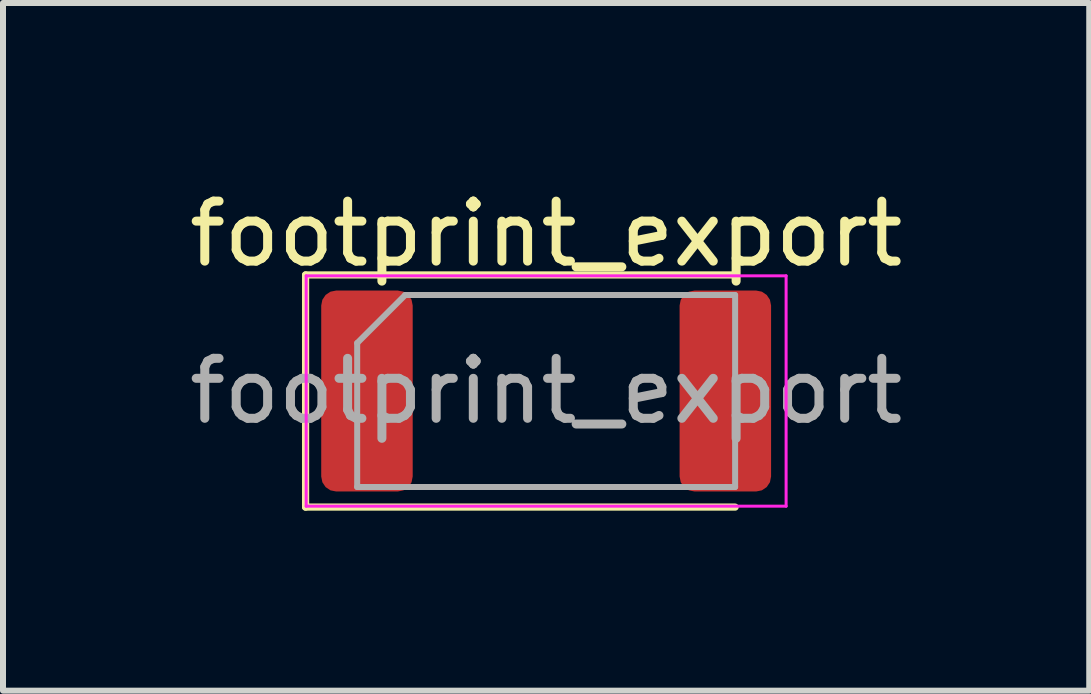
<source format=kicad_pcb>
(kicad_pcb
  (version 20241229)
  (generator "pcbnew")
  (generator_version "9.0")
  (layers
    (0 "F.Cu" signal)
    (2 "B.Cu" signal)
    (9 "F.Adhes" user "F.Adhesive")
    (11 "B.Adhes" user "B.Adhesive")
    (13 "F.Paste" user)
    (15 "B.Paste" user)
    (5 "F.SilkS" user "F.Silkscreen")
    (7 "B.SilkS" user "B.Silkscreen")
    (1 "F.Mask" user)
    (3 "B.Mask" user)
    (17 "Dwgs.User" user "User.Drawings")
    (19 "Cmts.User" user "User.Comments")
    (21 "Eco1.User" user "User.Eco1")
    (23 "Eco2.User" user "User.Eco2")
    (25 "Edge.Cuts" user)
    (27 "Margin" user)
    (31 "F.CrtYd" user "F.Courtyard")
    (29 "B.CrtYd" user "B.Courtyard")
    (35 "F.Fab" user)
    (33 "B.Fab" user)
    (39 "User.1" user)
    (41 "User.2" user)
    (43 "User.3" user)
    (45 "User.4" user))
  (footprint "footprint_export"
    (layer "F.Cu")
    (at 6.054 3.468)
    (property "Reference" "footprint_export" (at 0 -2.62 0) (layer "F.SilkS") (effects (font (size 1 1) (thickness 0.15))))
    (attr smd)
    (fp_line (start -4.01 -1.935) (end -4.01 1.935) (stroke (width 0.12) (type solid)) (layer "F.SilkS"))
    (fp_line (start -4.01 1.935) (end 3.15 1.935) (stroke (width 0.12) (type solid)) (layer "F.SilkS"))
    (fp_line (start 3.15 -1.935) (end -4.01 -1.935) (stroke (width 0.12) (type solid)) (layer "F.SilkS"))
    (fp_line (start -4 -1.92) (end 4 -1.92) (stroke (width 0.05) (type solid)) (layer "F.CrtYd"))
    (fp_line (start -4 1.92) (end -4 -1.92) (stroke (width 0.05) (type solid)) (layer "F.CrtYd"))
    (fp_line (start 4 -1.92) (end 4 1.92) (stroke (width 0.05) (type solid)) (layer "F.CrtYd"))
    (fp_line (start 4 1.92) (end -4 1.92) (stroke (width 0.05) (type solid)) (layer "F.CrtYd"))
    (fp_line (start -3.15 -0.8) (end -3.15 1.6) (stroke (width 0.1) (type solid)) (layer "F.Fab"))
    (fp_line (start -3.15 1.6) (end 3.15 1.6) (stroke (width 0.1) (type solid)) (layer "F.Fab"))
    (fp_line (start -2.35 -1.6) (end -3.15 -0.8) (stroke (width 0.1) (type solid)) (layer "F.Fab"))
    (fp_line (start 3.15 -1.6) (end -2.35 -1.6) (stroke (width 0.1) (type solid)) (layer "F.Fab"))
    (fp_line (start 3.15 1.6) (end 3.15 -1.6) (stroke (width 0.1) (type solid)) (layer "F.Fab"))
    (fp_text user "${REFERENCE}" (at 0 0 0) (layer "F.Fab") (effects (font (size 1 1) (thickness 0.15))))
    (pad "1" smd roundrect (at -2.987 0) (size 1.525 3.35) (layers "F.Cu" "F.Mask" "F.Paste") (roundrect_rratio 0.164))
    (pad "2" smd roundrect (at 2.987 0) (size 1.525 3.35) (layers "F.Cu" "F.Mask" "F.Paste") (roundrect_rratio 0.164)))
  (gr_rect
    (start -3 -3)
    (end 15.107 8.463)
    (stroke (width 0.1) (type default))
    (fill no)
    (layer "Edge.Cuts")))
</source>
